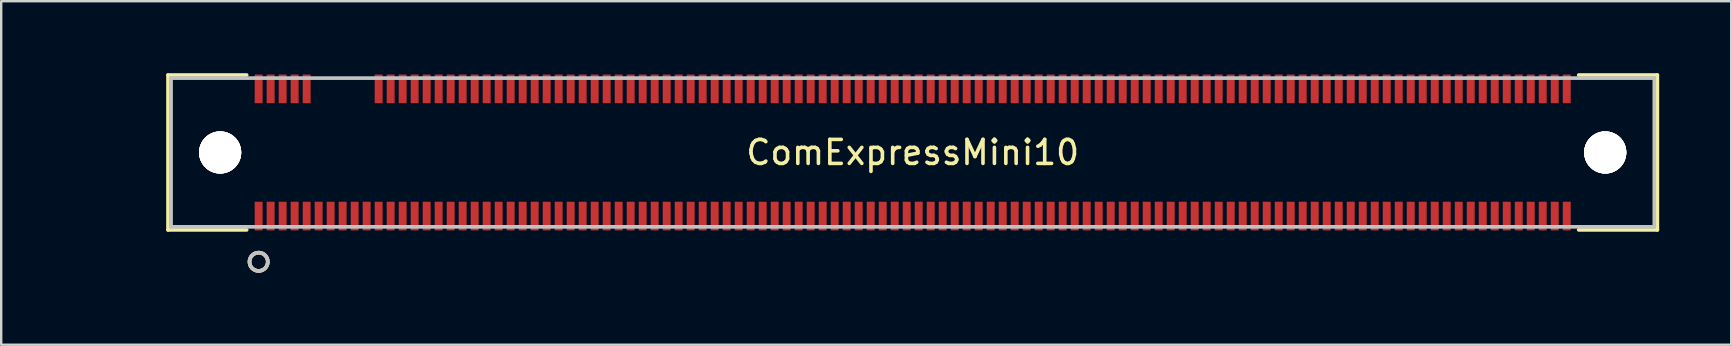
<source format=kicad_pcb>
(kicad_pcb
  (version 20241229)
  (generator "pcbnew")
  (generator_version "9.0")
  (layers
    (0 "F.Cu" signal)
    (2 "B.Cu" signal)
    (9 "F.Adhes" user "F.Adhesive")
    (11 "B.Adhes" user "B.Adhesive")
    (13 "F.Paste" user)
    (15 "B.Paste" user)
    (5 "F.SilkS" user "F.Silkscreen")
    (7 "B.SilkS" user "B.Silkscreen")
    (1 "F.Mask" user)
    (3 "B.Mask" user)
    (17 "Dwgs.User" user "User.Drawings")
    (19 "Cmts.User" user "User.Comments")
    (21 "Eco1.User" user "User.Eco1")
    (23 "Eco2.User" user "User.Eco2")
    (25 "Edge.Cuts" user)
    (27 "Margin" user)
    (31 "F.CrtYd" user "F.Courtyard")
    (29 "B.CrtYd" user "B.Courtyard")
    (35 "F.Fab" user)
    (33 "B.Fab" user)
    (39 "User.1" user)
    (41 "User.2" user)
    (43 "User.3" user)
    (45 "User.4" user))
  (footprint "ComExpressMini10"
    (layer "F.Cu")
    (at 0.25 0.652)
    (property "Reference" "ComExpressMini10" (at 34.726 2.65 0) (layer "F.SilkS") (effects (font (size 1 1) (thickness 0.15))))
    (attr through_hole)
    (fp_line (start 3.7 -0.576) (end 6.979 -0.576) (stroke (width 0.152) (type solid)) (layer "F.SilkS"))
    (fp_line (start 3.7 5.876) (end 3.7 -0.576) (stroke (width 0.152) (type solid)) (layer "F.SilkS"))
    (fp_line (start 6.978 5.876) (end 3.7 5.876) (stroke (width 0.152) (type solid)) (layer "F.SilkS"))
    (fp_line (start 62.474 -0.576) (end 65.752 -0.576) (stroke (width 0.152) (type solid)) (layer "F.SilkS"))
    (fp_line (start 65.752 -0.576) (end 65.752 5.876) (stroke (width 0.152) (type solid)) (layer "F.SilkS"))
    (fp_line (start 65.752 5.876) (end 62.474 5.876) (stroke (width 0.152) (type solid)) (layer "F.SilkS"))
    (fp_circle (center 7.476 7.205) (end 7.095 7.205) (stroke (width 0.152) (type solid)) (fill no) (layer "F.SilkS"))
    (fp_circle (center 7.476 7.205) (end 7.095 7.205) (stroke (width 0.152) (type solid)) (fill no) (layer "B.SilkS"))
    (fp_line (start 3.827 -0.449) (end 65.625 -0.449) (stroke (width 0.152) (type solid)) (layer "Dwgs.User"))
    (fp_line (start 3.827 5.749) (end 3.827 -0.449) (stroke (width 0.152) (type solid)) (layer "Dwgs.User"))
    (fp_line (start 65.625 -0.449) (end 65.625 5.749) (stroke (width 0.152) (type solid)) (layer "Dwgs.User"))
    (fp_line (start 65.625 5.749) (end 3.827 5.749) (stroke (width 0.152) (type solid)) (layer "Dwgs.User"))
    (fp_circle (center 7.476 7.205) (end 7.095 7.205) (stroke (width 0.152) (type solid)) (fill no) (layer "Dwgs.User"))
    (fp_text user "Copyright 2016 Accelerated Designs. All rights reserved." (at 61.976 0 0) (layer "Cmts.User") (effects (font (size 0.127 0.127) (thickness 0.002))))
    (pad "1" smd rect (at 7.476 5.3) (size 0.33 1.194) (layers "F.Cu" "F.Mask" "F.Paste"))
    (pad "2" smd rect (at 7.976 5.3) (size 0.33 1.194) (layers "F.Cu" "F.Mask" "F.Paste"))
    (pad "3" smd rect (at 8.476 5.3) (size 0.33 1.194) (layers "F.Cu" "F.Mask" "F.Paste"))
    (pad "4" smd rect (at 8.976 5.3) (size 0.33 1.194) (layers "F.Cu" "F.Mask" "F.Paste"))
    (pad "5" smd rect (at 9.476 5.3) (size 0.33 1.194) (layers "F.Cu" "F.Mask" "F.Paste"))
    (pad "6" smd rect (at 9.976 5.3) (size 0.33 1.194) (layers "F.Cu" "F.Mask" "F.Paste"))
    (pad "7" smd rect (at 10.476 5.3) (size 0.33 1.194) (layers "F.Cu" "F.Mask" "F.Paste"))
    (pad "8" smd rect (at 10.976 5.3) (size 0.33 1.194) (layers "F.Cu" "F.Mask" "F.Paste"))
    (pad "9" smd rect (at 11.476 5.3) (size 0.33 1.194) (layers "F.Cu" "F.Mask" "F.Paste"))
    (pad "10" smd rect (at 11.976 5.3) (size 0.33 1.194) (layers "F.Cu" "F.Mask" "F.Paste"))
    (pad "11" smd rect (at 12.476 5.3) (size 0.33 1.194) (layers "F.Cu" "F.Mask" "F.Paste"))
    (pad "12" smd rect (at 12.976 5.3) (size 0.33 1.194) (layers "F.Cu" "F.Mask" "F.Paste"))
    (pad "13" smd rect (at 13.476 5.3) (size 0.33 1.194) (layers "F.Cu" "F.Mask" "F.Paste"))
    (pad "14" smd rect (at 13.976 5.3) (size 0.33 1.194) (layers "F.Cu" "F.Mask" "F.Paste"))
    (pad "15" smd rect (at 14.476 5.3) (size 0.33 1.194) (layers "F.Cu" "F.Mask" "F.Paste"))
    (pad "16" smd rect (at 14.976 5.3) (size 0.33 1.194) (layers "F.Cu" "F.Mask" "F.Paste"))
    (pad "17" smd rect (at 15.476 5.3) (size 0.33 1.194) (layers "F.Cu" "F.Mask" "F.Paste"))
    (pad "18" smd rect (at 15.976 5.3) (size 0.33 1.194) (layers "F.Cu" "F.Mask" "F.Paste"))
    (pad "19" smd rect (at 16.476 5.3) (size 0.33 1.194) (layers "F.Cu" "F.Mask" "F.Paste"))
    (pad "20" smd rect (at 16.976 5.3) (size 0.33 1.194) (layers "F.Cu" "F.Mask" "F.Paste"))
    (pad "21" smd rect (at 17.476 5.3) (size 0.33 1.194) (layers "F.Cu" "F.Mask" "F.Paste"))
    (pad "22" smd rect (at 17.976 5.3) (size 0.33 1.194) (layers "F.Cu" "F.Mask" "F.Paste"))
    (pad "23" smd rect (at 18.476 5.3) (size 0.33 1.194) (layers "F.Cu" "F.Mask" "F.Paste"))
    (pad "24" smd rect (at 18.976 5.3) (size 0.33 1.194) (layers "F.Cu" "F.Mask" "F.Paste"))
    (pad "25" smd rect (at 19.476 5.3) (size 0.33 1.194) (layers "F.Cu" "F.Mask" "F.Paste"))
    (pad "26" smd rect (at 19.976 5.3) (size 0.33 1.194) (layers "F.Cu" "F.Mask" "F.Paste"))
    (pad "27" smd rect (at 20.476 5.3) (size 0.33 1.194) (layers "F.Cu" "F.Mask" "F.Paste"))
    (pad "28" smd rect (at 20.976 5.3) (size 0.33 1.194) (layers "F.Cu" "F.Mask" "F.Paste"))
    (pad "29" smd rect (at 21.476 5.3) (size 0.33 1.194) (layers "F.Cu" "F.Mask" "F.Paste"))
    (pad "30" smd rect (at 21.976 5.3) (size 0.33 1.194) (layers "F.Cu" "F.Mask" "F.Paste"))
    (pad "31" smd rect (at 22.476 5.3) (size 0.33 1.194) (layers "F.Cu" "F.Mask" "F.Paste"))
    (pad "32" smd rect (at 22.976 5.3) (size 0.33 1.194) (layers "F.Cu" "F.Mask" "F.Paste"))
    (pad "33" smd rect (at 23.476 5.3) (size 0.33 1.194) (layers "F.Cu" "F.Mask" "F.Paste"))
    (pad "34" smd rect (at 23.976 5.3) (size 0.33 1.194) (layers "F.Cu" "F.Mask" "F.Paste"))
    (pad "35" smd rect (at 24.476 5.3) (size 0.33 1.194) (layers "F.Cu" "F.Mask" "F.Paste"))
    (pad "36" smd rect (at 24.976 5.3) (size 0.33 1.194) (layers "F.Cu" "F.Mask" "F.Paste"))
    (pad "37" smd rect (at 25.476 5.3) (size 0.33 1.194) (layers "F.Cu" "F.Mask" "F.Paste"))
    (pad "38" smd rect (at 25.976 5.3) (size 0.33 1.194) (layers "F.Cu" "F.Mask" "F.Paste"))
    (pad "39" smd rect (at 26.476 5.3) (size 0.33 1.194) (layers "F.Cu" "F.Mask" "F.Paste"))
    (pad "40" smd rect (at 26.976 5.3) (size 0.33 1.194) (layers "F.Cu" "F.Mask" "F.Paste"))
    (pad "41" smd rect (at 27.476 5.3) (size 0.33 1.194) (layers "F.Cu" "F.Mask" "F.Paste"))
    (pad "42" smd rect (at 27.976 5.3) (size 0.33 1.194) (layers "F.Cu" "F.Mask" "F.Paste"))
    (pad "43" smd rect (at 28.476 5.3) (size 0.33 1.194) (layers "F.Cu" "F.Mask" "F.Paste"))
    (pad "44" smd rect (at 28.976 5.3) (size 0.33 1.194) (layers "F.Cu" "F.Mask" "F.Paste"))
    (pad "45" smd rect (at 29.476 5.3) (size 0.33 1.194) (layers "F.Cu" "F.Mask" "F.Paste"))
    (pad "46" smd rect (at 29.976 5.3) (size 0.33 1.194) (layers "F.Cu" "F.Mask" "F.Paste"))
    (pad "47" smd rect (at 30.476 5.3) (size 0.33 1.194) (layers "F.Cu" "F.Mask" "F.Paste"))
    (pad "48" smd rect (at 30.976 5.3) (size 0.33 1.194) (layers "F.Cu" "F.Mask" "F.Paste"))
    (pad "49" smd rect (at 31.476 5.3) (size 0.33 1.194) (layers "F.Cu" "F.Mask" "F.Paste"))
    (pad "50" smd rect (at 31.976 5.3) (size 0.33 1.194) (layers "F.Cu" "F.Mask" "F.Paste"))
    (pad "51" smd rect (at 32.476 5.3) (size 0.33 1.194) (layers "F.Cu" "F.Mask" "F.Paste"))
    (pad "52" smd rect (at 32.976 5.3) (size 0.33 1.194) (layers "F.Cu" "F.Mask" "F.Paste"))
    (pad "53" smd rect (at 33.476 5.3) (size 0.33 1.194) (layers "F.Cu" "F.Mask" "F.Paste"))
    (pad "54" smd rect (at 33.976 5.3) (size 0.33 1.194) (layers "F.Cu" "F.Mask" "F.Paste"))
    (pad "55" smd rect (at 34.476 5.3) (size 0.33 1.194) (layers "F.Cu" "F.Mask" "F.Paste"))
    (pad "56" smd rect (at 34.976 5.3) (size 0.33 1.194) (layers "F.Cu" "F.Mask" "F.Paste"))
    (pad "57" smd rect (at 35.476 5.3) (size 0.33 1.194) (layers "F.Cu" "F.Mask" "F.Paste"))
    (pad "58" smd rect (at 35.976 5.3) (size 0.33 1.194) (layers "F.Cu" "F.Mask" "F.Paste"))
    (pad "59" smd rect (at 36.476 5.3) (size 0.33 1.194) (layers "F.Cu" "F.Mask" "F.Paste"))
    (pad "60" smd rect (at 36.976 5.3) (size 0.33 1.194) (layers "F.Cu" "F.Mask" "F.Paste"))
    (pad "61" smd rect (at 37.476 5.3) (size 0.33 1.194) (layers "F.Cu" "F.Mask" "F.Paste"))
    (pad "62" smd rect (at 37.976 5.3) (size 0.33 1.194) (layers "F.Cu" "F.Mask" "F.Paste"))
    (pad "63" smd rect (at 38.476 5.3) (size 0.33 1.194) (layers "F.Cu" "F.Mask" "F.Paste"))
    (pad "64" smd rect (at 38.976 5.3) (size 0.33 1.194) (layers "F.Cu" "F.Mask" "F.Paste"))
    (pad "65" smd rect (at 39.476 5.3) (size 0.33 1.194) (layers "F.Cu" "F.Mask" "F.Paste"))
    (pad "66" smd rect (at 39.976 5.3) (size 0.33 1.194) (layers "F.Cu" "F.Mask" "F.Paste"))
    (pad "67" smd rect (at 40.476 5.3) (size 0.33 1.194) (layers "F.Cu" "F.Mask" "F.Paste"))
    (pad "68" smd rect (at 40.976 5.3) (size 0.33 1.194) (layers "F.Cu" "F.Mask" "F.Paste"))
    (pad "69" smd rect (at 41.476 5.3) (size 0.33 1.194) (layers "F.Cu" "F.Mask" "F.Paste"))
    (pad "70" smd rect (at 41.976 5.3) (size 0.33 1.194) (layers "F.Cu" "F.Mask" "F.Paste"))
    (pad "71" smd rect (at 42.476 5.3) (size 0.33 1.194) (layers "F.Cu" "F.Mask" "F.Paste"))
    (pad "72" smd rect (at 42.976 5.3) (size 0.33 1.194) (layers "F.Cu" "F.Mask" "F.Paste"))
    (pad "73" smd rect (at 43.476 5.3) (size 0.33 1.194) (layers "F.Cu" "F.Mask" "F.Paste"))
    (pad "74" smd rect (at 43.976 5.3) (size 0.33 1.194) (layers "F.Cu" "F.Mask" "F.Paste"))
    (pad "75" smd rect (at 44.476 5.3) (size 0.33 1.194) (layers "F.Cu" "F.Mask" "F.Paste"))
    (pad "76" smd rect (at 44.976 5.3) (size 0.33 1.194) (layers "F.Cu" "F.Mask" "F.Paste"))
    (pad "77" smd rect (at 45.476 5.3) (size 0.33 1.194) (layers "F.Cu" "F.Mask" "F.Paste"))
    (pad "78" smd rect (at 45.976 5.3) (size 0.33 1.194) (layers "F.Cu" "F.Mask" "F.Paste"))
    (pad "79" smd rect (at 46.476 5.3) (size 0.33 1.194) (layers "F.Cu" "F.Mask" "F.Paste"))
    (pad "80" smd rect (at 46.976 5.3) (size 0.33 1.194) (layers "F.Cu" "F.Mask" "F.Paste"))
    (pad "81" smd rect (at 47.476 5.3) (size 0.33 1.194) (layers "F.Cu" "F.Mask" "F.Paste"))
    (pad "82" smd rect (at 47.976 5.3) (size 0.33 1.194) (layers "F.Cu" "F.Mask" "F.Paste"))
    (pad "83" smd rect (at 48.476 5.3) (size 0.33 1.194) (layers "F.Cu" "F.Mask" "F.Paste"))
    (pad "84" smd rect (at 48.976 5.3) (size 0.33 1.194) (layers "F.Cu" "F.Mask" "F.Paste"))
    (pad "85" smd rect (at 49.476 5.3) (size 0.33 1.194) (layers "F.Cu" "F.Mask" "F.Paste"))
    (pad "86" smd rect (at 49.976 5.3) (size 0.33 1.194) (layers "F.Cu" "F.Mask" "F.Paste"))
    (pad "87" smd rect (at 50.476 5.3) (size 0.33 1.194) (layers "F.Cu" "F.Mask" "F.Paste"))
    (pad "88" smd rect (at 50.976 5.3) (size 0.33 1.194) (layers "F.Cu" "F.Mask" "F.Paste"))
    (pad "89" smd rect (at 51.476 5.3) (size 0.33 1.194) (layers "F.Cu" "F.Mask" "F.Paste"))
    (pad "90" smd rect (at 51.976 5.3) (size 0.33 1.194) (layers "F.Cu" "F.Mask" "F.Paste"))
    (pad "91" smd rect (at 52.476 5.3) (size 0.33 1.194) (layers "F.Cu" "F.Mask" "F.Paste"))
    (pad "92" smd rect (at 52.976 5.3) (size 0.33 1.194) (layers "F.Cu" "F.Mask" "F.Paste"))
    (pad "93" smd rect (at 53.476 5.3) (size 0.33 1.194) (layers "F.Cu" "F.Mask" "F.Paste"))
    (pad "94" smd rect (at 53.976 5.3) (size 0.33 1.194) (layers "F.Cu" "F.Mask" "F.Paste"))
    (pad "95" smd rect (at 54.476 5.3) (size 0.33 1.194) (layers "F.Cu" "F.Mask" "F.Paste"))
    (pad "96" smd rect (at 54.976 5.3) (size 0.33 1.194) (layers "F.Cu" "F.Mask" "F.Paste"))
    (pad "97" smd rect (at 55.476 5.3) (size 0.33 1.194) (layers "F.Cu" "F.Mask" "F.Paste"))
    (pad "98" smd rect (at 55.976 5.3) (size 0.33 1.194) (layers "F.Cu" "F.Mask" "F.Paste"))
    (pad "99" smd rect (at 56.476 5.3) (size 0.33 1.194) (layers "F.Cu" "F.Mask" "F.Paste"))
    (pad "100" smd rect (at 56.976 5.3) (size 0.33 1.194) (layers "F.Cu" "F.Mask" "F.Paste"))
    (pad "101" smd rect (at 57.476 5.3) (size 0.33 1.194) (layers "F.Cu" "F.Mask" "F.Paste"))
    (pad "102" smd rect (at 57.976 5.3) (size 0.33 1.194) (layers "F.Cu" "F.Mask" "F.Paste"))
    (pad "103" smd rect (at 58.476 5.3) (size 0.33 1.194) (layers "F.Cu" "F.Mask" "F.Paste"))
    (pad "104" smd rect (at 58.976 5.3) (size 0.33 1.194) (layers "F.Cu" "F.Mask" "F.Paste"))
    (pad "105" smd rect (at 59.476 5.3) (size 0.33 1.194) (layers "F.Cu" "F.Mask" "F.Paste"))
    (pad "106" smd rect (at 59.976 5.3) (size 0.33 1.194) (layers "F.Cu" "F.Mask" "F.Paste"))
    (pad "107" smd rect (at 60.476 5.3) (size 0.33 1.194) (layers "F.Cu" "F.Mask" "F.Paste"))
    (pad "108" smd rect (at 60.976 5.3) (size 0.33 1.194) (layers "F.Cu" "F.Mask" "F.Paste"))
    (pad "109" smd rect (at 61.476 5.3) (size 0.33 1.194) (layers "F.Cu" "F.Mask" "F.Paste"))
    (pad "110" smd rect (at 61.976 5.3) (size 0.33 1.194) (layers "F.Cu" "F.Mask" "F.Paste"))
    (pad "111" smd rect (at 7.476 0) (size 0.33 1.194) (layers "F.Cu" "F.Mask" "F.Paste"))
    (pad "112" smd rect (at 7.976 0) (size 0.33 1.194) (layers "F.Cu" "F.Mask" "F.Paste"))
    (pad "113" smd rect (at 8.476 0) (size 0.33 1.194) (layers "F.Cu" "F.Mask" "F.Paste"))
    (pad "114" smd rect (at 8.976 0) (size 0.33 1.194) (layers "F.Cu" "F.Mask" "F.Paste"))
    (pad "115" smd rect (at 9.476 0) (size 0.33 1.194) (layers "F.Cu" "F.Mask" "F.Paste"))
    (pad "121" smd rect (at 12.476 0) (size 0.33 1.194) (layers "F.Cu" "F.Mask" "F.Paste"))
    (pad "122" smd rect (at 12.976 0) (size 0.33 1.194) (layers "F.Cu" "F.Mask" "F.Paste"))
    (pad "123" smd rect (at 13.476 0) (size 0.33 1.194) (layers "F.Cu" "F.Mask" "F.Paste"))
    (pad "124" smd rect (at 13.976 0) (size 0.33 1.194) (layers "F.Cu" "F.Mask" "F.Paste"))
    (pad "125" smd rect (at 14.476 0) (size 0.33 1.194) (layers "F.Cu" "F.Mask" "F.Paste"))
    (pad "126" smd rect (at 14.976 0) (size 0.33 1.194) (layers "F.Cu" "F.Mask" "F.Paste"))
    (pad "127" smd rect (at 15.476 0) (size 0.33 1.194) (layers "F.Cu" "F.Mask" "F.Paste"))
    (pad "128" smd rect (at 15.976 0) (size 0.33 1.194) (layers "F.Cu" "F.Mask" "F.Paste"))
    (pad "129" smd rect (at 16.476 0) (size 0.33 1.194) (layers "F.Cu" "F.Mask" "F.Paste"))
    (pad "130" smd rect (at 16.976 0) (size 0.33 1.194) (layers "F.Cu" "F.Mask" "F.Paste"))
    (pad "131" smd rect (at 17.476 0) (size 0.33 1.194) (layers "F.Cu" "F.Mask" "F.Paste"))
    (pad "132" smd rect (at 17.976 0) (size 0.33 1.194) (layers "F.Cu" "F.Mask" "F.Paste"))
    (pad "133" smd rect (at 18.476 0) (size 0.33 1.194) (layers "F.Cu" "F.Mask" "F.Paste"))
    (pad "134" smd rect (at 18.976 0) (size 0.33 1.194) (layers "F.Cu" "F.Mask" "F.Paste"))
    (pad "135" smd rect (at 19.476 0) (size 0.33 1.194) (layers "F.Cu" "F.Mask" "F.Paste"))
    (pad "136" smd rect (at 19.976 0) (size 0.33 1.194) (layers "F.Cu" "F.Mask" "F.Paste"))
    (pad "137" smd rect (at 20.476 0) (size 0.33 1.194) (layers "F.Cu" "F.Mask" "F.Paste"))
    (pad "138" smd rect (at 20.976 0) (size 0.33 1.194) (layers "F.Cu" "F.Mask" "F.Paste"))
    (pad "139" smd rect (at 21.476 0) (size 0.33 1.194) (layers "F.Cu" "F.Mask" "F.Paste"))
    (pad "140" smd rect (at 21.976 0) (size 0.33 1.194) (layers "F.Cu" "F.Mask" "F.Paste"))
    (pad "141" smd rect (at 22.476 0) (size 0.33 1.194) (layers "F.Cu" "F.Mask" "F.Paste"))
    (pad "142" smd rect (at 22.976 0) (size 0.33 1.194) (layers "F.Cu" "F.Mask" "F.Paste"))
    (pad "143" smd rect (at 23.476 0) (size 0.33 1.194) (layers "F.Cu" "F.Mask" "F.Paste"))
    (pad "144" smd rect (at 23.976 0) (size 0.33 1.194) (layers "F.Cu" "F.Mask" "F.Paste"))
    (pad "145" smd rect (at 24.476 0) (size 0.33 1.194) (layers "F.Cu" "F.Mask" "F.Paste"))
    (pad "146" smd rect (at 24.976 0) (size 0.33 1.194) (layers "F.Cu" "F.Mask" "F.Paste"))
    (pad "147" smd rect (at 25.476 0) (size 0.33 1.194) (layers "F.Cu" "F.Mask" "F.Paste"))
    (pad "148" smd rect (at 25.976 0) (size 0.33 1.194) (layers "F.Cu" "F.Mask" "F.Paste"))
    (pad "149" smd rect (at 26.476 0) (size 0.33 1.194) (layers "F.Cu" "F.Mask" "F.Paste"))
    (pad "150" smd rect (at 26.976 0) (size 0.33 1.194) (layers "F.Cu" "F.Mask" "F.Paste"))
    (pad "151" smd rect (at 27.476 0) (size 0.33 1.194) (layers "F.Cu" "F.Mask" "F.Paste"))
    (pad "152" smd rect (at 27.976 0) (size 0.33 1.194) (layers "F.Cu" "F.Mask" "F.Paste"))
    (pad "153" smd rect (at 28.476 0) (size 0.33 1.194) (layers "F.Cu" "F.Mask" "F.Paste"))
    (pad "154" smd rect (at 28.976 0) (size 0.33 1.194) (layers "F.Cu" "F.Mask" "F.Paste"))
    (pad "155" smd rect (at 29.476 0) (size 0.33 1.194) (layers "F.Cu" "F.Mask" "F.Paste"))
    (pad "156" smd rect (at 29.976 0) (size 0.33 1.194) (layers "F.Cu" "F.Mask" "F.Paste"))
    (pad "157" smd rect (at 30.476 0) (size 0.33 1.194) (layers "F.Cu" "F.Mask" "F.Paste"))
    (pad "158" smd rect (at 30.976 0) (size 0.33 1.194) (layers "F.Cu" "F.Mask" "F.Paste"))
    (pad "159" smd rect (at 31.476 0) (size 0.33 1.194) (layers "F.Cu" "F.Mask" "F.Paste"))
    (pad "160" smd rect (at 31.976 0) (size 0.33 1.194) (layers "F.Cu" "F.Mask" "F.Paste"))
    (pad "161" smd rect (at 32.476 0) (size 0.33 1.194) (layers "F.Cu" "F.Mask" "F.Paste"))
    (pad "162" smd rect (at 32.976 0) (size 0.33 1.194) (layers "F.Cu" "F.Mask" "F.Paste"))
    (pad "163" smd rect (at 33.476 0) (size 0.33 1.194) (layers "F.Cu" "F.Mask" "F.Paste"))
    (pad "164" smd rect (at 33.976 0) (size 0.33 1.194) (layers "F.Cu" "F.Mask" "F.Paste"))
    (pad "165" smd rect (at 34.476 0) (size 0.33 1.194) (layers "F.Cu" "F.Mask" "F.Paste"))
    (pad "166" smd rect (at 34.976 0) (size 0.33 1.194) (layers "F.Cu" "F.Mask" "F.Paste"))
    (pad "167" smd rect (at 35.476 0) (size 0.33 1.194) (layers "F.Cu" "F.Mask" "F.Paste"))
    (pad "168" smd rect (at 35.976 0) (size 0.33 1.194) (layers "F.Cu" "F.Mask" "F.Paste"))
    (pad "169" smd rect (at 36.476 0) (size 0.33 1.194) (layers "F.Cu" "F.Mask" "F.Paste"))
    (pad "170" smd rect (at 36.976 0) (size 0.33 1.194) (layers "F.Cu" "F.Mask" "F.Paste"))
    (pad "171" smd rect (at 37.476 0) (size 0.33 1.194) (layers "F.Cu" "F.Mask" "F.Paste"))
    (pad "172" smd rect (at 37.976 0) (size 0.33 1.194) (layers "F.Cu" "F.Mask" "F.Paste"))
    (pad "173" smd rect (at 38.476 0) (size 0.33 1.194) (layers "F.Cu" "F.Mask" "F.Paste"))
    (pad "174" smd rect (at 38.976 0) (size 0.33 1.194) (layers "F.Cu" "F.Mask" "F.Paste"))
    (pad "175" smd rect (at 39.476 0) (size 0.33 1.194) (layers "F.Cu" "F.Mask" "F.Paste"))
    (pad "176" smd rect (at 39.976 0) (size 0.33 1.194) (layers "F.Cu" "F.Mask" "F.Paste"))
    (pad "177" smd rect (at 40.476 0) (size 0.33 1.194) (layers "F.Cu" "F.Mask" "F.Paste"))
    (pad "178" smd rect (at 40.976 0) (size 0.33 1.194) (layers "F.Cu" "F.Mask" "F.Paste"))
    (pad "179" smd rect (at 41.476 0) (size 0.33 1.194) (layers "F.Cu" "F.Mask" "F.Paste"))
    (pad "180" smd rect (at 41.976 0) (size 0.33 1.194) (layers "F.Cu" "F.Mask" "F.Paste"))
    (pad "181" smd rect (at 42.476 0) (size 0.33 1.194) (layers "F.Cu" "F.Mask" "F.Paste"))
    (pad "182" smd rect (at 42.976 0) (size 0.33 1.194) (layers "F.Cu" "F.Mask" "F.Paste"))
    (pad "183" smd rect (at 43.476 0) (size 0.33 1.194) (layers "F.Cu" "F.Mask" "F.Paste"))
    (pad "184" smd rect (at 43.976 0) (size 0.33 1.194) (layers "F.Cu" "F.Mask" "F.Paste"))
    (pad "185" smd rect (at 44.476 0) (size 0.33 1.194) (layers "F.Cu" "F.Mask" "F.Paste"))
    (pad "186" smd rect (at 44.976 0) (size 0.33 1.194) (layers "F.Cu" "F.Mask" "F.Paste"))
    (pad "187" smd rect (at 45.476 0) (size 0.33 1.194) (layers "F.Cu" "F.Mask" "F.Paste"))
    (pad "188" smd rect (at 45.976 0) (size 0.33 1.194) (layers "F.Cu" "F.Mask" "F.Paste"))
    (pad "189" smd rect (at 46.476 0) (size 0.33 1.194) (layers "F.Cu" "F.Mask" "F.Paste"))
    (pad "190" smd rect (at 46.976 0) (size 0.33 1.194) (layers "F.Cu" "F.Mask" "F.Paste"))
    (pad "191" smd rect (at 47.476 0) (size 0.33 1.194) (layers "F.Cu" "F.Mask" "F.Paste"))
    (pad "192" smd rect (at 47.976 0) (size 0.33 1.194) (layers "F.Cu" "F.Mask" "F.Paste"))
    (pad "193" smd rect (at 48.476 0) (size 0.33 1.194) (layers "F.Cu" "F.Mask" "F.Paste"))
    (pad "194" smd rect (at 48.976 0) (size 0.33 1.194) (layers "F.Cu" "F.Mask" "F.Paste"))
    (pad "195" smd rect (at 49.476 0) (size 0.33 1.194) (layers "F.Cu" "F.Mask" "F.Paste"))
    (pad "196" smd rect (at 49.976 0) (size 0.33 1.194) (layers "F.Cu" "F.Mask" "F.Paste"))
    (pad "197" smd rect (at 50.476 0) (size 0.33 1.194) (layers "F.Cu" "F.Mask" "F.Paste"))
    (pad "198" smd rect (at 50.976 0) (size 0.33 1.194) (layers "F.Cu" "F.Mask" "F.Paste"))
    (pad "199" smd rect (at 51.476 0) (size 0.33 1.194) (layers "F.Cu" "F.Mask" "F.Paste"))
    (pad "200" smd rect (at 51.976 0) (size 0.33 1.194) (layers "F.Cu" "F.Mask" "F.Paste"))
    (pad "201" smd rect (at 52.476 0) (size 0.33 1.194) (layers "F.Cu" "F.Mask" "F.Paste"))
    (pad "202" smd rect (at 52.976 0) (size 0.33 1.194) (layers "F.Cu" "F.Mask" "F.Paste"))
    (pad "203" smd rect (at 53.476 0) (size 0.33 1.194) (layers "F.Cu" "F.Mask" "F.Paste"))
    (pad "204" smd rect (at 53.976 0) (size 0.33 1.194) (layers "F.Cu" "F.Mask" "F.Paste"))
    (pad "205" smd rect (at 54.476 0) (size 0.33 1.194) (layers "F.Cu" "F.Mask" "F.Paste"))
    (pad "206" smd rect (at 54.976 0) (size 0.33 1.194) (layers "F.Cu" "F.Mask" "F.Paste"))
    (pad "207" smd rect (at 55.476 0) (size 0.33 1.194) (layers "F.Cu" "F.Mask" "F.Paste"))
    (pad "208" smd rect (at 55.976 0) (size 0.33 1.194) (layers "F.Cu" "F.Mask" "F.Paste"))
    (pad "209" smd rect (at 56.476 0) (size 0.33 1.194) (layers "F.Cu" "F.Mask" "F.Paste"))
    (pad "210" smd rect (at 56.976 0) (size 0.33 1.194) (layers "F.Cu" "F.Mask" "F.Paste"))
    (pad "211" smd rect (at 57.476 0) (size 0.33 1.194) (layers "F.Cu" "F.Mask" "F.Paste"))
    (pad "212" smd rect (at 57.976 0) (size 0.33 1.194) (layers "F.Cu" "F.Mask" "F.Paste"))
    (pad "213" smd rect (at 58.476 0) (size 0.33 1.194) (layers "F.Cu" "F.Mask" "F.Paste"))
    (pad "214" smd rect (at 58.976 0) (size 0.33 1.194) (layers "F.Cu" "F.Mask" "F.Paste"))
    (pad "215" smd rect (at 59.476 0) (size 0.33 1.194) (layers "F.Cu" "F.Mask" "F.Paste"))
    (pad "216" smd rect (at 59.976 0) (size 0.33 1.194) (layers "F.Cu" "F.Mask" "F.Paste"))
    (pad "217" smd rect (at 60.476 0) (size 0.33 1.194) (layers "F.Cu" "F.Mask" "F.Paste"))
    (pad "218" smd rect (at 60.976 0) (size 0.33 1.194) (layers "F.Cu" "F.Mask" "F.Paste"))
    (pad "219" smd rect (at 61.476 0) (size 0.33 1.194) (layers "F.Cu" "F.Mask" "F.Paste"))
    (pad "220" smd rect (at 61.976 0) (size 0.33 1.194) (layers "F.Cu" "F.Mask" "F.Paste"))
    (pad "221" thru_hole circle (at 63.58 2.65) (size 1.753 1.753) (drill 1.753) (layers "*.Cu" "F.SilkS"))
    (pad "221" thru_hole circle (at 63.58 2.65) (size 1.753 1.753) (drill 1.753) (layers "*.Cu" "F.SilkS"))
    (pad "222" thru_hole circle (at 5.872 2.65) (size 1.753 1.753) (drill 1.753) (layers "*.Cu" "F.SilkS"))
    (pad "222" thru_hole circle (at 5.872 2.65) (size 1.753 1.753) (drill 1.753) (layers "*.Cu" "F.SilkS")))
  (gr_rect
    (start -3 -3)
    (end 69.078 11.314)
    (stroke (width 0.1) (type default))
    (fill no)
    (layer "Edge.Cuts")))
</source>
